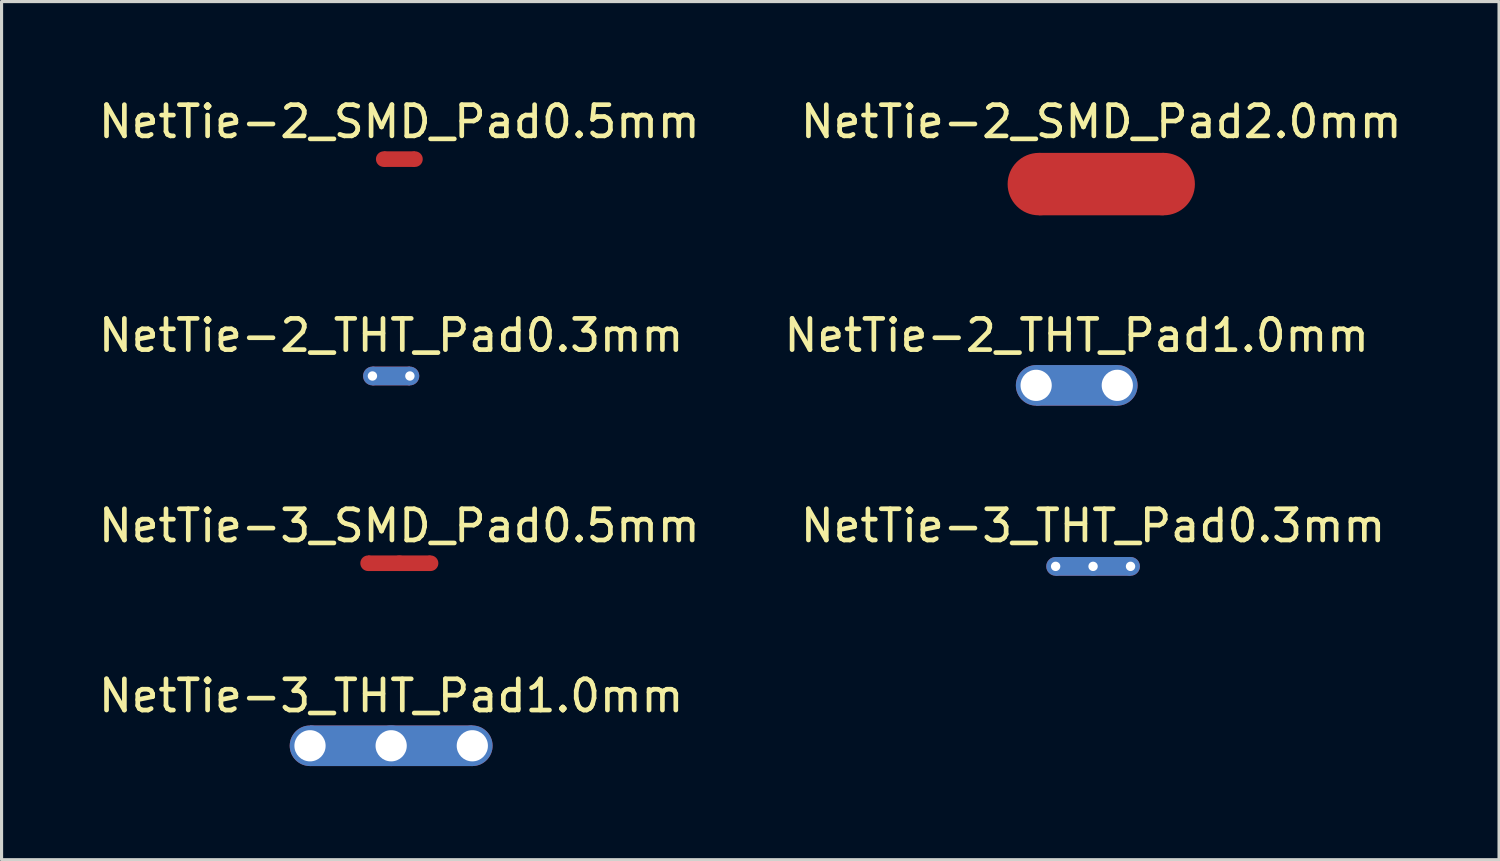
<source format=kicad_pcb>
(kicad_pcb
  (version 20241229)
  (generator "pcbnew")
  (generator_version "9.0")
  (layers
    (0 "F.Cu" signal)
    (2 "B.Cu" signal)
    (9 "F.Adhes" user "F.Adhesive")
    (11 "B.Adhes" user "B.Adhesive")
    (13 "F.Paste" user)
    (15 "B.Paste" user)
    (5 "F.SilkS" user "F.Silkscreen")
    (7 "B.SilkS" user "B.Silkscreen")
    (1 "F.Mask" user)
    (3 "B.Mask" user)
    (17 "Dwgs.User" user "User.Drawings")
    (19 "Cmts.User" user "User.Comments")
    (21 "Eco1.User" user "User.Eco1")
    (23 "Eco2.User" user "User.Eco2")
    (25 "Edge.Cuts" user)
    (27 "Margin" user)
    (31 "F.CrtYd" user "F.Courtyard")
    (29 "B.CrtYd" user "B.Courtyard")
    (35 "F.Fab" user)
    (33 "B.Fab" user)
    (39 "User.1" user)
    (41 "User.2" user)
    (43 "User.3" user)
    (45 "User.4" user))
  (footprint "NetTie-2_THT_Pad1.0mm"
    (layer "F.Cu")
    (at 30.146 9.296)
    (property "Reference" "NetTie-2_THT_Pad1.0mm" (at 1.3 -1.6 0) (layer "F.SilkS") (effects (font (size 1 1) (thickness 0.15))))
    (attr exclude_from_pos_files exclude_from_bom)
    (fp_poly (pts (xy 0 -0.65) (xy 2.6 -0.65) (xy 2.6 0.65) (xy 0 0.65)) (stroke (width 0) (type solid)) (fill yes) (layer "F.Cu"))
    (fp_poly (pts (xy 0 -0.65) (xy 2.6 -0.65) (xy 2.6 0.65) (xy 0 0.65)) (stroke (width 0) (type solid)) (fill yes) (layer "B.Cu"))
    (pad "1" thru_hole circle (at 0 0) (size 1.3 1.3) (drill 1) (layers "*.Cu"))
    (pad "2" thru_hole circle (at 2.6 0) (size 1.3 1.3) (drill 1) (layers "*.Cu")))
  (footprint "NetTie-3_THT_Pad1.0mm"
    (layer "F.Cu")
    (at 6.882 20.843)
    (property "Reference" "NetTie-3_THT_Pad1.0mm" (at 2.6 -1.6 0) (layer "F.SilkS") (effects (font (size 1 1) (thickness 0.15))))
    (attr exclude_from_pos_files exclude_from_bom)
    (fp_poly (pts (xy 0 -0.65) (xy 5.2 -0.65) (xy 5.2 0.65) (xy 0 0.65)) (stroke (width 0) (type solid)) (fill yes) (layer "F.Cu"))
    (fp_poly (pts (xy 0 -0.65) (xy 5.2 -0.65) (xy 5.2 0.65) (xy 0 0.65)) (stroke (width 0) (type solid)) (fill yes) (layer "B.Cu"))
    (pad "1" thru_hole circle (at 0 0) (size 1.3 1.3) (drill 1) (layers "*.Cu"))
    (pad "2" thru_hole circle (at 2.6 0) (size 1.3 1.3) (drill 1) (layers "*.Cu"))
    (pad "3" thru_hole circle (at 5.2 0) (size 1.3 1.3) (drill 1) (layers "*.Cu")))
  (footprint "NetTie-2_SMD_Pad2.0mm"
    (layer "F.Cu")
    (at 32.232 2.848)
    (property "Reference" "NetTie-2_SMD_Pad2.0mm" (at 0 -2 0) (layer "F.SilkS") (effects (font (size 1 1) (thickness 0.15))))
    (attr exclude_from_pos_files exclude_from_bom)
    (fp_poly (pts (xy -2 -1) (xy 2 -1) (xy 2 1) (xy -2 1)) (stroke (width 0) (type solid)) (fill yes) (layer "F.Cu"))
    (pad "1" smd circle (at -2 0) (size 2 2) (layers "F.Cu"))
    (pad "2" smd circle (at 2 0) (size 2 2) (layers "F.Cu")))
  (footprint "NetTie-3_SMD_Pad0.5mm"
    (layer "F.Cu")
    (at 9.744 14.995)
    (property "Reference" "NetTie-3_SMD_Pad0.5mm" (at 0 -1.2 0) (layer "F.SilkS") (effects (font (size 1 1) (thickness 0.15))))
    (attr exclude_from_pos_files exclude_from_bom)
    (fp_poly (pts (xy -1 -0.25) (xy 1 -0.25) (xy 1 0.25) (xy -1 0.25)) (stroke (width 0) (type solid)) (fill yes) (layer "F.Cu"))
    (pad "1" smd circle (at -1 0) (size 0.5 0.5) (layers "F.Cu"))
    (pad "2" smd circle (at 0 0) (size 0.5 0.5) (layers "F.Cu"))
    (pad "3" smd circle (at 1 0) (size 0.5 0.5) (layers "F.Cu")))
  (footprint "NetTie-2_SMD_Pad0.5mm"
    (layer "F.Cu")
    (at 9.744 2.048)
    (property "Reference" "NetTie-2_SMD_Pad0.5mm" (at 0 -1.2 0) (layer "F.SilkS") (effects (font (size 1 1) (thickness 0.15))))
    (attr exclude_from_pos_files exclude_from_bom)
    (fp_poly (pts (xy -0.5 -0.25) (xy 0.5 -0.25) (xy 0.5 0.25) (xy -0.5 0.25)) (stroke (width 0) (type solid)) (fill yes) (layer "F.Cu"))
    (pad "1" smd circle (at -0.5 0) (size 0.5 0.5) (layers "F.Cu"))
    (pad "2" smd circle (at 0.5 0) (size 0.5 0.5) (layers "F.Cu")))
  (footprint "NetTie-3_THT_Pad0.3mm"
    (layer "F.Cu")
    (at 30.77 15.095)
    (property "Reference" "NetTie-3_THT_Pad0.3mm" (at 1.2 -1.3 0) (layer "F.SilkS") (effects (font (size 1 1) (thickness 0.15))))
    (attr exclude_from_pos_files exclude_from_bom)
    (fp_poly (pts (xy 0 -0.3) (xy 2.4 -0.3) (xy 2.4 0.3) (xy 0 0.3)) (stroke (width 0) (type solid)) (fill yes) (layer "F.Cu"))
    (fp_poly (pts (xy 0 -0.3) (xy 2.4 -0.3) (xy 2.4 0.3) (xy 0 0.3)) (stroke (width 0) (type solid)) (fill yes) (layer "B.Cu"))
    (pad "1" thru_hole circle (at 0 0) (size 0.6 0.6) (drill 0.3) (layers "*.Cu"))
    (pad "2" thru_hole circle (at 1.2 0) (size 0.6 0.6) (drill 0.3) (layers "*.Cu"))
    (pad "3" thru_hole circle (at 2.4 0) (size 0.6 0.6) (drill 0.3) (layers "*.Cu")))
  (footprint "NetTie-2_THT_Pad0.3mm"
    (layer "F.Cu")
    (at 8.882 8.996)
    (property "Reference" "NetTie-2_THT_Pad0.3mm" (at 0.6 -1.3 0) (layer "F.SilkS") (effects (font (size 1 1) (thickness 0.15))))
    (attr exclude_from_pos_files exclude_from_bom)
    (fp_poly (pts (xy 0 -0.3) (xy 1.2 -0.3) (xy 1.2 0.3) (xy 0 0.3)) (stroke (width 0) (type solid)) (fill yes) (layer "F.Cu"))
    (fp_poly (pts (xy 0 -0.3) (xy 1.2 -0.3) (xy 1.2 0.3) (xy 0 0.3)) (stroke (width 0) (type solid)) (fill yes) (layer "B.Cu"))
    (pad "1" thru_hole circle (at 0 0) (size 0.6 0.6) (drill 0.3) (layers "*.Cu"))
    (pad "2" thru_hole circle (at 1.2 0) (size 0.6 0.6) (drill 0.3) (layers "*.Cu")))
  (gr_rect
    (start -3 -3)
    (end 44.976 24.493)
    (stroke (width 0.1) (type default))
    (fill no)
    (layer "Edge.Cuts")))
</source>
